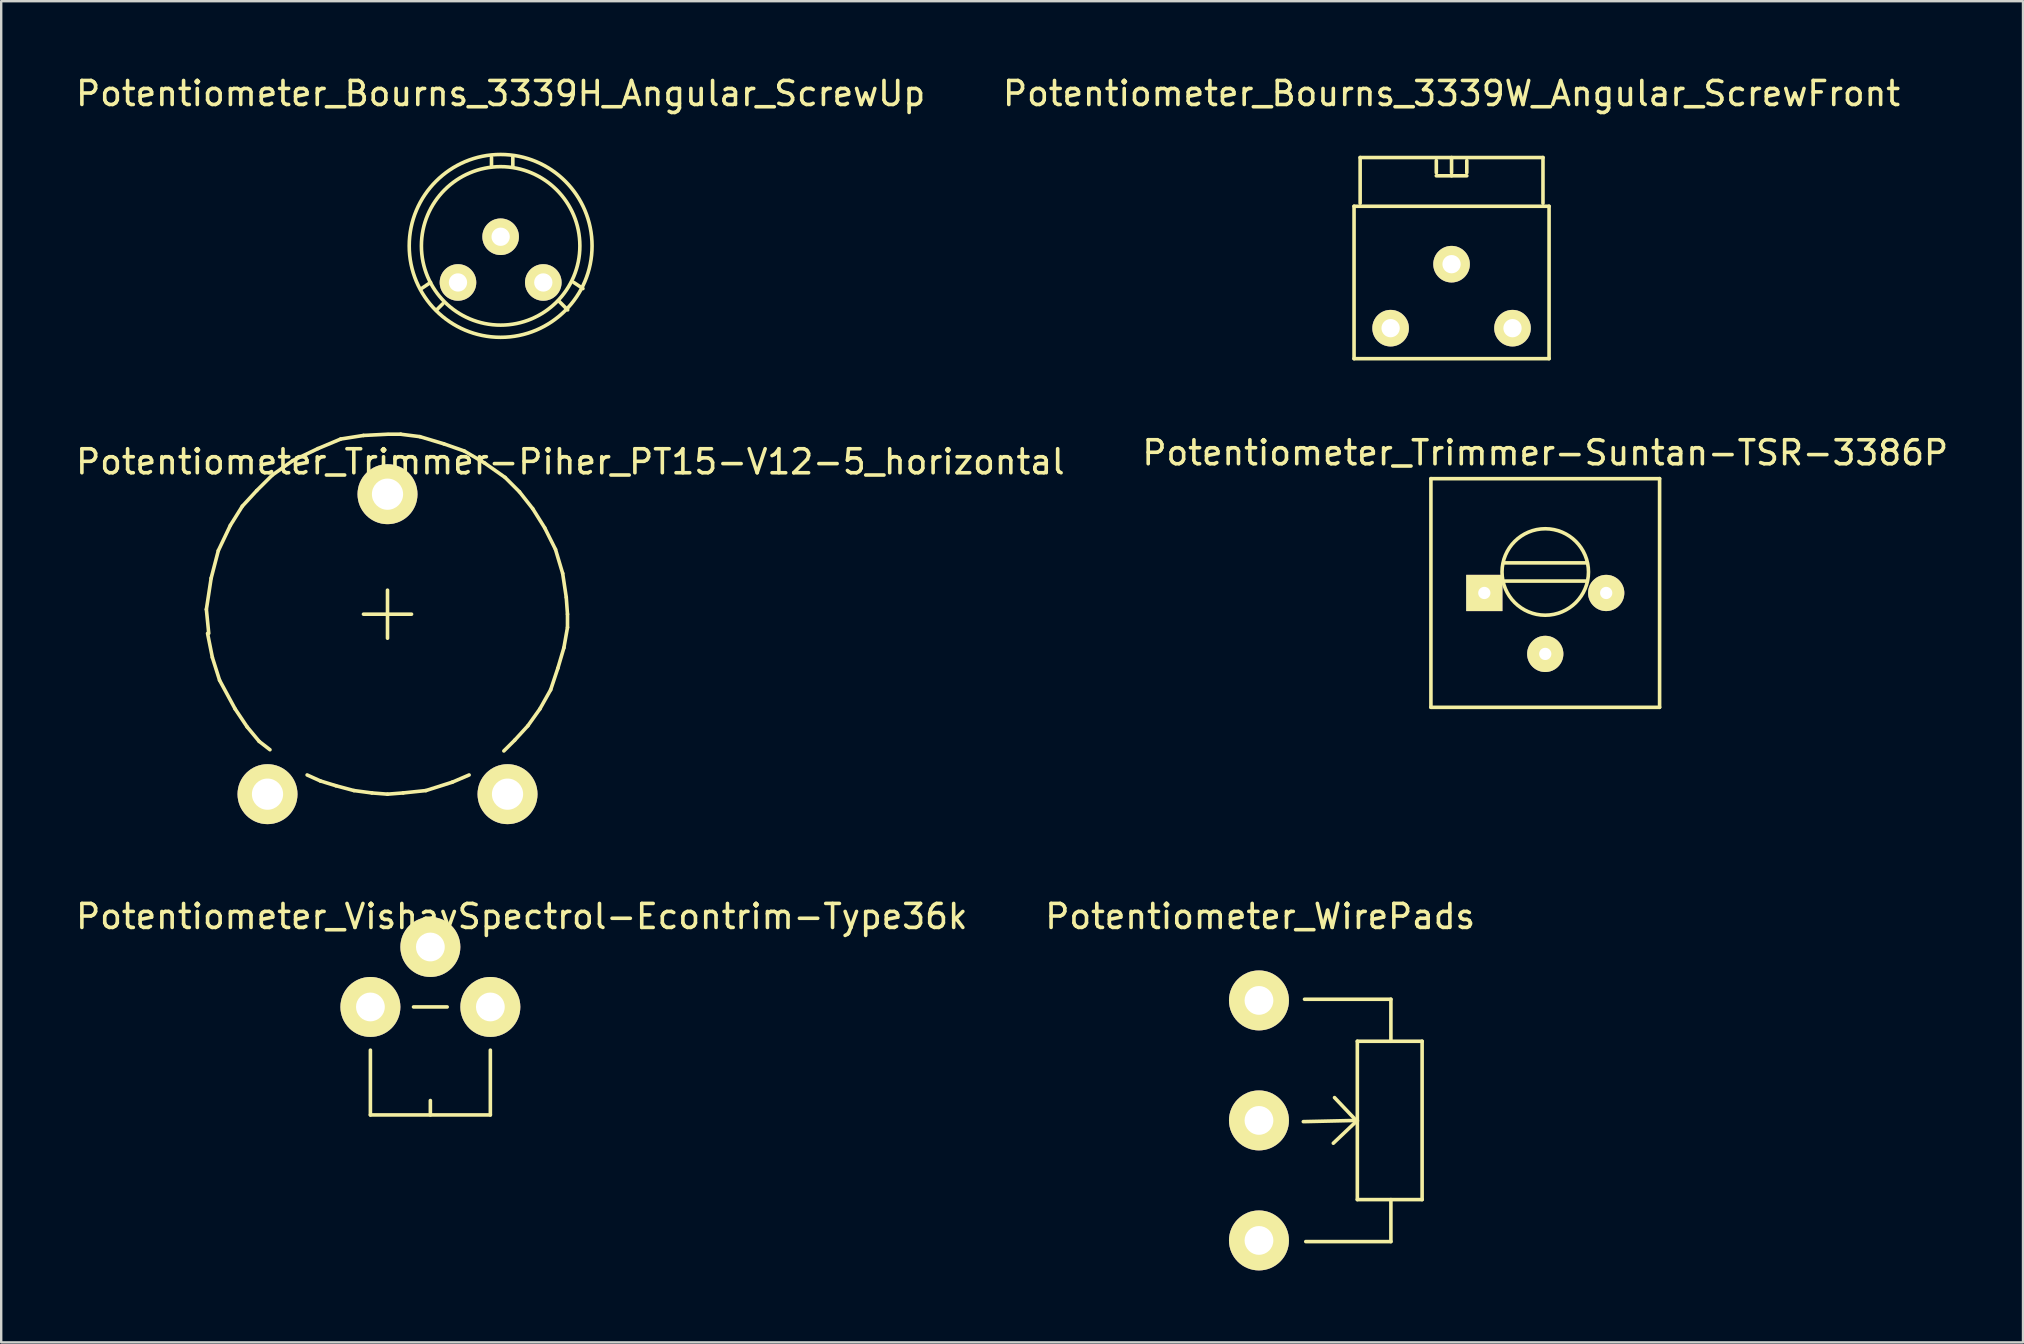
<source format=kicad_pcb>
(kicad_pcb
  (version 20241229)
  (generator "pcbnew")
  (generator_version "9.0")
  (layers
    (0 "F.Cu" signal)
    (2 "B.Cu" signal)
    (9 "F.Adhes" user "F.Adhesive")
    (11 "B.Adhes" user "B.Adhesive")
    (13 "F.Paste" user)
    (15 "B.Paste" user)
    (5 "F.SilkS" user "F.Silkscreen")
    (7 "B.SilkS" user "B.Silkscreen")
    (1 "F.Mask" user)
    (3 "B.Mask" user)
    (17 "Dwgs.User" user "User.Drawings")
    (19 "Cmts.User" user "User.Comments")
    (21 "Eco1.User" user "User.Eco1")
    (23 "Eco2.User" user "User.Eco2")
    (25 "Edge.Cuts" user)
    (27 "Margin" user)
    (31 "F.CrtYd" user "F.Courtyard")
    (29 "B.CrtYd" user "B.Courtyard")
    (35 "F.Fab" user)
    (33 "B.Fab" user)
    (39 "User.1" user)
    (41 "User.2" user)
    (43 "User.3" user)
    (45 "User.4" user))
  (footprint "Potentiometer_Trimmer-Piher_PT15-V12-5_horizontal"
    (layer "F.Cu")
    (at 8.099 30.048)
    (property "Reference" "Potentiometer_Trimmer-Piher_PT15-V12-5_horizontal" (at 12.621 -13.851 0) (layer "F.SilkS") (effects (font (size 1 1) (thickness 0.15))))
    (attr through_hole)
    (fp_line (start -2.548 -7.701) (end -2.449 -6.701) (stroke (width 0.15) (type solid)) (layer "F.SilkS"))
    (fp_line (start -2.499 -6.701) (end -2.299 -5.7) (stroke (width 0.15) (type solid)) (layer "F.SilkS"))
    (fp_line (start -2.349 -9.002) (end -2.548 -7.701) (stroke (width 0.15) (type solid)) (layer "F.SilkS"))
    (fp_line (start -2.299 -5.7) (end -1.999 -4.75) (stroke (width 0.15) (type solid)) (layer "F.SilkS"))
    (fp_line (start -2.05 -10.15) (end -2.349 -9.002) (stroke (width 0.15) (type solid)) (layer "F.SilkS"))
    (fp_line (start -1.999 -4.75) (end -1.349 -3.551) (stroke (width 0.15) (type solid)) (layer "F.SilkS"))
    (fp_line (start -1.549 -11.201) (end -2.05 -10.15) (stroke (width 0.15) (type solid)) (layer "F.SilkS"))
    (fp_line (start -1.349 -3.551) (end -0.848 -2.802) (stroke (width 0.15) (type solid)) (layer "F.SilkS"))
    (fp_line (start -1.049 -12.002) (end -1.549 -11.201) (stroke (width 0.15) (type solid)) (layer "F.SilkS"))
    (fp_line (start -0.848 -2.802) (end -0.348 -2.2) (stroke (width 0.15) (type solid)) (layer "F.SilkS"))
    (fp_line (start -0.45 -12.652) (end -1.049 -12.002) (stroke (width 0.15) (type solid)) (layer "F.SilkS"))
    (fp_line (start -0.348 -2.2) (end 0.102 -1.852) (stroke (width 0.15) (type solid)) (layer "F.SilkS"))
    (fp_line (start 0.201 -13.299) (end -0.45 -12.652) (stroke (width 0.15) (type solid)) (layer "F.SilkS"))
    (fp_line (start 1.052 -13.901) (end 0.201 -13.299) (stroke (width 0.15) (type solid)) (layer "F.SilkS"))
    (fp_line (start 1.651 -0.8) (end 2.202 -0.551) (stroke (width 0.15) (type solid)) (layer "F.SilkS"))
    (fp_line (start 2.101 -14.402) (end 1.052 -13.901) (stroke (width 0.15) (type solid)) (layer "F.SilkS"))
    (fp_line (start 2.202 -0.551) (end 2.852 -0.351) (stroke (width 0.15) (type solid)) (layer "F.SilkS"))
    (fp_line (start 2.852 -0.351) (end 3.602 -0.15) (stroke (width 0.15) (type solid)) (layer "F.SilkS"))
    (fp_line (start 3.051 -14.801) (end 2.101 -14.402) (stroke (width 0.15) (type solid)) (layer "F.SilkS"))
    (fp_line (start 3.602 -0.15) (end 4.351 -0.051) (stroke (width 0.15) (type solid)) (layer "F.SilkS"))
    (fp_line (start 4 -14.95) (end 3.051 -14.801) (stroke (width 0.15) (type solid)) (layer "F.SilkS"))
    (fp_line (start 4 -7.501) (end 6.002 -7.501) (stroke (width 0.15) (type solid)) (layer "F.SilkS"))
    (fp_line (start 4.351 -0.051) (end 5.001 0) (stroke (width 0.15) (type solid)) (layer "F.SilkS"))
    (fp_line (start 5.001 -15.001) (end 4 -14.95) (stroke (width 0.15) (type solid)) (layer "F.SilkS"))
    (fp_line (start 5.001 -8.501) (end 5.001 -6.5) (stroke (width 0.15) (type solid)) (layer "F.SilkS"))
    (fp_line (start 5.001 0) (end 5.652 -0.051) (stroke (width 0.15) (type solid)) (layer "F.SilkS"))
    (fp_line (start 5.552 -15.001) (end 5.052 -15.001) (stroke (width 0.15) (type solid)) (layer "F.SilkS"))
    (fp_line (start 5.652 -0.051) (end 6.601 -0.15) (stroke (width 0.15) (type solid)) (layer "F.SilkS"))
    (fp_line (start 6.35 -14.9) (end 5.552 -15.001) (stroke (width 0.15) (type solid)) (layer "F.SilkS"))
    (fp_line (start 6.601 -0.15) (end 7.701 -0.5) (stroke (width 0.15) (type solid)) (layer "F.SilkS"))
    (fp_line (start 7.351 -14.6) (end 6.35 -14.9) (stroke (width 0.15) (type solid)) (layer "F.SilkS"))
    (fp_line (start 7.701 -0.5) (end 8.402 -0.8) (stroke (width 0.15) (type solid)) (layer "F.SilkS"))
    (fp_line (start 8.202 -14.3) (end 7.351 -14.6) (stroke (width 0.15) (type solid)) (layer "F.SilkS"))
    (fp_line (start 9.05 -13.8) (end 8.202 -14.3) (stroke (width 0.15) (type solid)) (layer "F.SilkS"))
    (fp_line (start 9.85 -1.801) (end 10.302 -2.25) (stroke (width 0.15) (type solid)) (layer "F.SilkS"))
    (fp_line (start 9.901 -13.2) (end 9.05 -13.8) (stroke (width 0.15) (type solid)) (layer "F.SilkS"))
    (fp_line (start 10.302 -2.25) (end 10.851 -2.85) (stroke (width 0.15) (type solid)) (layer "F.SilkS"))
    (fp_line (start 10.5 -12.601) (end 9.901 -13.2) (stroke (width 0.15) (type solid)) (layer "F.SilkS"))
    (fp_line (start 10.851 -2.85) (end 11.351 -3.551) (stroke (width 0.15) (type solid)) (layer "F.SilkS"))
    (fp_line (start 11.052 -11.9) (end 10.5 -12.601) (stroke (width 0.15) (type solid)) (layer "F.SilkS"))
    (fp_line (start 11.351 -3.551) (end 11.801 -4.351) (stroke (width 0.15) (type solid)) (layer "F.SilkS"))
    (fp_line (start 11.552 -11.1) (end 11.052 -11.9) (stroke (width 0.15) (type solid)) (layer "F.SilkS"))
    (fp_line (start 11.801 -4.351) (end 12.101 -5.25) (stroke (width 0.15) (type solid)) (layer "F.SilkS"))
    (fp_line (start 12.002 -10.201) (end 11.552 -11.1) (stroke (width 0.15) (type solid)) (layer "F.SilkS"))
    (fp_line (start 12.101 -5.25) (end 12.352 -6.101) (stroke (width 0.15) (type solid)) (layer "F.SilkS"))
    (fp_line (start 12.301 -9.2) (end 12.002 -10.201) (stroke (width 0.15) (type solid)) (layer "F.SilkS"))
    (fp_line (start 12.352 -6.101) (end 12.502 -6.949) (stroke (width 0.15) (type solid)) (layer "F.SilkS"))
    (fp_line (start 12.451 -8.202) (end 12.301 -9.2) (stroke (width 0.15) (type solid)) (layer "F.SilkS"))
    (fp_line (start 12.502 -7.501) (end 12.451 -8.202) (stroke (width 0.15) (type solid)) (layer "F.SilkS"))
    (fp_line (start 12.502 -6.949) (end 12.502 -7.501) (stroke (width 0.15) (type solid)) (layer "F.SilkS"))
    (pad "1" thru_hole circle (at 0 0) (size 2.499 2.499) (drill 1.3) (layers "*.Cu" "*.Mask" "F.SilkS"))
    (pad "2" thru_hole circle (at 5.001 -12.502) (size 2.499 2.499) (drill 1.3) (layers "*.Cu" "*.Mask" "F.SilkS"))
    (pad "3" thru_hole circle (at 10.003 0) (size 2.499 2.499) (drill 1.3) (layers "*.Cu" "*.Mask" "F.SilkS")))
  (footprint "Potentiometer_VishaySpectrol-Econtrim-Type36k"
    (layer "F.Cu")
    (at 12.387 38.916)
    (property "Reference" "Potentiometer_VishaySpectrol-Econtrim-Type36k" (at 6.309 -3.769 0) (layer "F.SilkS") (effects (font (size 1 1) (thickness 0.15))))
    (attr through_hole)
    (fp_line (start 0 1.801) (end 0 4.501) (stroke (width 0.15) (type solid)) (layer "F.SilkS"))
    (fp_line (start 0 4.501) (end 4.999 4.501) (stroke (width 0.15) (type solid)) (layer "F.SilkS"))
    (fp_line (start 1.798 0) (end 3.2 0) (stroke (width 0.15) (type solid)) (layer "F.SilkS"))
    (fp_line (start 2.499 4.501) (end 2.499 3.901) (stroke (width 0.15) (type solid)) (layer "F.SilkS"))
    (fp_line (start 4.999 4.501) (end 4.999 1.801) (stroke (width 0.15) (type solid)) (layer "F.SilkS"))
    (pad "1" thru_hole circle (at 0 0) (size 2.499 2.499) (drill 1.199) (layers "*.Cu" "*.Mask" "F.SilkS"))
    (pad "2" thru_hole circle (at 2.499 -2.499) (size 2.499 2.499) (drill 1.199) (layers "*.Cu" "*.Mask" "F.SilkS"))
    (pad "3" thru_hole circle (at 4.999 0) (size 2.499 2.499) (drill 1.199) (layers "*.Cu" "*.Mask" "F.SilkS")))
  (footprint "Potentiometer_Trimmer-Suntan-TSR-3386P"
    (layer "F.Cu")
    (at 58.811 21.663)
    (property "Reference" "Potentiometer_Trimmer-Suntan-TSR-3386P" (at 2.54 -5.842 0) (layer "F.SilkS") (effects (font (size 1 1) (thickness 0.15))))
    (attr through_hole)
    (fp_line (start -2.225 -4.765) (end 7.305 -4.765) (stroke (width 0.15) (type solid)) (layer "F.SilkS"))
    (fp_line (start -2.225 4.765) (end -2.225 -4.765) (stroke (width 0.15) (type solid)) (layer "F.SilkS"))
    (fp_line (start 0.84 -1.255) (end 4.24 -1.255) (stroke (width 0.15) (type solid)) (layer "F.SilkS"))
    (fp_line (start 0.84 -0.495) (end 4.24 -0.495) (stroke (width 0.15) (type solid)) (layer "F.SilkS"))
    (fp_line (start 7.305 -4.765) (end 7.305 4.765) (stroke (width 0.15) (type solid)) (layer "F.SilkS"))
    (fp_line (start 7.305 4.765) (end -2.225 4.765) (stroke (width 0.15) (type solid)) (layer "F.SilkS"))
    (fp_circle (center 2.54 -0.875) (end 4.115 0) (stroke (width 0.15) (type solid)) (fill no) (layer "F.SilkS"))
    (pad "1" thru_hole rect (at 0 0) (size 1.51 1.51) (drill 0.51) (layers "*.Cu" "*.Mask" "F.SilkS"))
    (pad "2" thru_hole circle (at 2.54 2.54) (size 1.51 1.51) (drill 0.51) (layers "*.Cu" "*.Mask" "F.SilkS"))
    (pad "3" thru_hole circle (at 5.08 0) (size 1.51 1.51) (drill 0.51) (layers "*.Cu" "*.Mask" "F.SilkS")))
  (footprint "Potentiometer_Bourns_3339W_Angular_ScrewFront"
    (layer "F.Cu")
    (at 59.986 10.627)
    (property "Reference" "Potentiometer_Bourns_3339W_Angular_ScrewFront" (at -2.54 -9.779 0) (layer "F.SilkS") (effects (font (size 1 1) (thickness 0.15))))
    (attr through_hole)
    (fp_line (start -6.604 -5.08) (end -6.604 1.27) (stroke (width 0.15) (type solid)) (layer "F.SilkS"))
    (fp_line (start -6.604 -5.08) (end 1.524 -5.08) (stroke (width 0.15) (type solid)) (layer "F.SilkS"))
    (fp_line (start -6.604 1.27) (end 1.524 1.27) (stroke (width 0.15) (type solid)) (layer "F.SilkS"))
    (fp_line (start -6.35 -7.112) (end -6.35 -5.207) (stroke (width 0.15) (type solid)) (layer "F.SilkS"))
    (fp_line (start -6.35 -7.112) (end 1.27 -7.112) (stroke (width 0.15) (type solid)) (layer "F.SilkS"))
    (fp_line (start -3.175 -6.477) (end -3.175 -6.985) (stroke (width 0.15) (type solid)) (layer "F.SilkS"))
    (fp_line (start -2.54 -7.112) (end -2.54 -6.477) (stroke (width 0.15) (type solid)) (layer "F.SilkS"))
    (fp_line (start -2.54 -6.35) (end -3.175 -6.35) (stroke (width 0.15) (type solid)) (layer "F.SilkS"))
    (fp_line (start -2.54 -6.35) (end -1.905 -6.35) (stroke (width 0.15) (type solid)) (layer "F.SilkS"))
    (fp_line (start -1.905 -6.477) (end -1.905 -6.985) (stroke (width 0.15) (type solid)) (layer "F.SilkS"))
    (fp_line (start 1.27 -7.112) (end 1.27 -5.207) (stroke (width 0.15) (type solid)) (layer "F.SilkS"))
    (fp_line (start 1.524 -5.08) (end 1.524 1.27) (stroke (width 0.15) (type solid)) (layer "F.SilkS"))
    (pad "1" thru_hole circle (at 0 0) (size 1.524 1.524) (drill 0.762) (layers "*.Cu" "*.Mask" "F.SilkS"))
    (pad "2" thru_hole circle (at -2.54 -2.667) (size 1.524 1.524) (drill 0.762) (layers "*.Cu" "*.Mask" "F.SilkS"))
    (pad "3" thru_hole circle (at -5.08 0) (size 1.524 1.524) (drill 0.762) (layers "*.Cu" "*.Mask" "F.SilkS")))
  (footprint "Potentiometer_WirePads"
    (layer "F.Cu")
    (at 49.419 38.644)
    (property "Reference" "Potentiometer_WirePads" (at 0.051 -3.498 0) (layer "F.SilkS") (effects (font (size 1 1) (thickness 0.15))))
    (attr through_hole)
    (fp_line (start 4.1 1.702) (end 6.8 1.702) (stroke (width 0.15) (type solid)) (layer "F.SilkS"))
    (fp_line (start 4.1 5.001) (end 1.849 5.052) (stroke (width 0.15) (type solid)) (layer "F.SilkS"))
    (fp_line (start 4.1 5.001) (end 3.099 5.951) (stroke (width 0.15) (type solid)) (layer "F.SilkS"))
    (fp_line (start 4.1 5.052) (end 3.15 4.051) (stroke (width 0.15) (type solid)) (layer "F.SilkS"))
    (fp_line (start 4.1 8.301) (end 4.1 1.702) (stroke (width 0.15) (type solid)) (layer "F.SilkS"))
    (fp_line (start 5.499 -0.048) (end 1.9 -0.048) (stroke (width 0.15) (type solid)) (layer "F.SilkS"))
    (fp_line (start 5.499 1.702) (end 5.499 -0.048) (stroke (width 0.15) (type solid)) (layer "F.SilkS"))
    (fp_line (start 5.499 8.301) (end 5.499 10.051) (stroke (width 0.15) (type solid)) (layer "F.SilkS"))
    (fp_line (start 5.499 10.051) (end 1.951 10.051) (stroke (width 0.15) (type solid)) (layer "F.SilkS"))
    (fp_line (start 6.8 1.702) (end 6.8 8.301) (stroke (width 0.15) (type solid)) (layer "F.SilkS"))
    (fp_line (start 6.8 8.301) (end 4.1 8.301) (stroke (width 0.15) (type solid)) (layer "F.SilkS"))
    (pad "1" thru_hole circle (at 0 0) (size 2.499 2.499) (drill 1.199) (layers "*.Cu" "*.Mask" "F.SilkS"))
    (pad "2" thru_hole circle (at 0 5.001) (size 2.499 2.499) (drill 1.199) (layers "*.Cu" "*.Mask" "F.SilkS"))
    (pad "3" thru_hole circle (at 0 10.003) (size 2.499 2.499) (drill 1.199) (layers "*.Cu" "*.Mask" "F.SilkS")))
  (footprint "Potentiometer_Bourns_3339H_Angular_ScrewUp"
    (layer "F.Cu")
    (at 16.037 8.722)
    (property "Reference" "Potentiometer_Bourns_3339H_Angular_ScrewUp" (at 1.778 -7.874 0) (layer "F.SilkS") (effects (font (size 1 1) (thickness 0.15))))
    (attr through_hole)
    (fp_line (start -1.524 0.254) (end -1.143 0) (stroke (width 0.15) (type solid)) (layer "F.SilkS"))
    (fp_line (start -0.889 1.143) (end -0.635 0.889) (stroke (width 0.15) (type solid)) (layer "F.SilkS"))
    (fp_line (start 1.397 -4.826) (end 1.397 -5.207) (stroke (width 0.15) (type solid)) (layer "F.SilkS"))
    (fp_line (start 2.286 -4.826) (end 2.286 -5.207) (stroke (width 0.15) (type solid)) (layer "F.SilkS"))
    (fp_line (start 4.572 1.143) (end 4.191 0.762) (stroke (width 0.15) (type solid)) (layer "F.SilkS"))
    (fp_line (start 5.207 0.254) (end 4.826 0) (stroke (width 0.15) (type solid)) (layer "F.SilkS"))
    (fp_circle (center 1.778 -1.524) (end 5.08 -1.524) (stroke (width 0.15) (type solid)) (fill no) (layer "F.SilkS"))
    (fp_circle (center 1.778 -1.524) (end 5.588 -1.524) (stroke (width 0.15) (type solid)) (fill no) (layer "F.SilkS"))
    (pad "1" thru_hole circle (at 0 0) (size 1.524 1.524) (drill 0.762) (layers "*.Cu" "*.Mask" "F.SilkS"))
    (pad "2" thru_hole circle (at 1.778 -1.905) (size 1.524 1.524) (drill 0.762) (layers "*.Cu" "*.Mask" "F.SilkS"))
    (pad "3" thru_hole circle (at 3.556 0) (size 1.524 1.524) (drill 0.762) (layers "*.Cu" "*.Mask" "F.SilkS")))
  (gr_rect
    (start -3 -3)
    (end 81.262 52.896)
    (stroke (width 0.1) (type default))
    (fill no)
    (layer "Edge.Cuts")))
</source>
